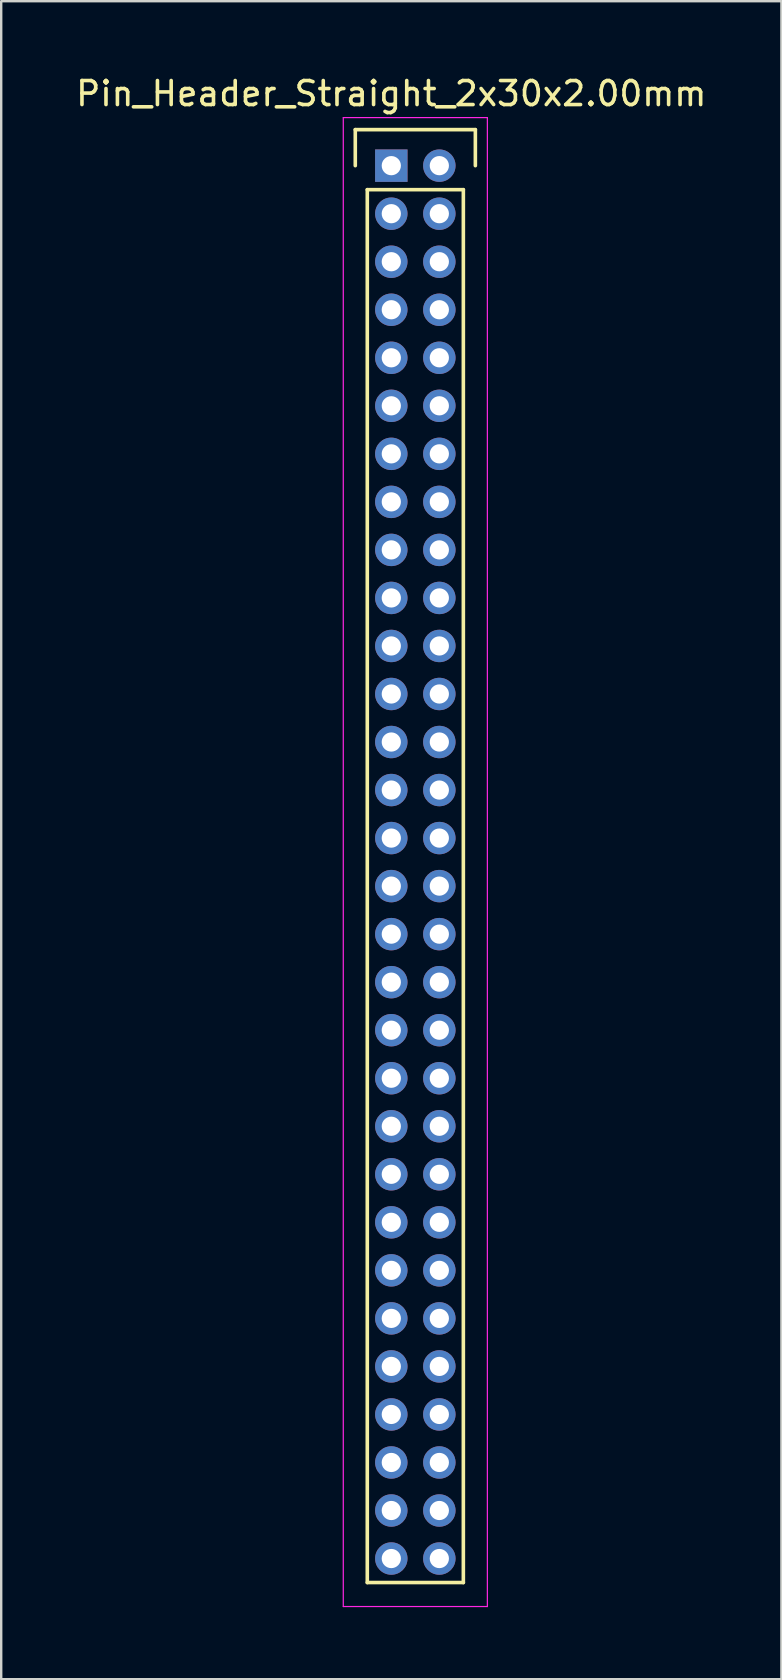
<source format=kicad_pcb>
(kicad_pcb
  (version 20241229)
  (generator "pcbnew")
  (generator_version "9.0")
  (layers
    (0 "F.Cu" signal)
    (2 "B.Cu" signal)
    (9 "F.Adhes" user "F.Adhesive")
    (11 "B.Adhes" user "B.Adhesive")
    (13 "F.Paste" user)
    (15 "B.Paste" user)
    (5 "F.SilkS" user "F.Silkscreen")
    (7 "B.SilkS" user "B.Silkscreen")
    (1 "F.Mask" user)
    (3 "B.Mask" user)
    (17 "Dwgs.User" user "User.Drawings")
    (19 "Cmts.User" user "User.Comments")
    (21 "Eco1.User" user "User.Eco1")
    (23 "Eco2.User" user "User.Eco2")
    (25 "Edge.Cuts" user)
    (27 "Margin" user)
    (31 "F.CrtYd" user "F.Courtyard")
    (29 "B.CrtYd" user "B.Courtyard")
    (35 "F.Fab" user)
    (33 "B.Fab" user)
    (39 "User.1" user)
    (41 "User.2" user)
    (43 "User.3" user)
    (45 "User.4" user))
  (footprint "Pin_Header_Straight_2x30x2.00mm"
    (layer "F.Cu")
    (at 13.244 3.848)
    (property "Reference" "Pin_Header_Straight_2x30x2.00mm" (at 0 -3 0) (layer "F.SilkS") (effects (font (size 1 1) (thickness 0.15))))
    (attr through_hole)
    (fp_line (start -1.5 -1.5) (end 3.5 -1.5) (stroke (width 0.15) (type solid)) (layer "F.SilkS"))
    (fp_line (start -1.5 0) (end -1.5 -1.5) (stroke (width 0.15) (type solid)) (layer "F.SilkS"))
    (fp_line (start -1 1) (end 3 1) (stroke (width 0.15) (type solid)) (layer "F.SilkS"))
    (fp_line (start -1 59) (end -1 1) (stroke (width 0.15) (type solid)) (layer "F.SilkS"))
    (fp_line (start 3 1) (end 3 59) (stroke (width 0.15) (type solid)) (layer "F.SilkS"))
    (fp_line (start 3 59) (end -1 59) (stroke (width 0.15) (type solid)) (layer "F.SilkS"))
    (fp_line (start 3.5 -1.5) (end 3.5 0) (stroke (width 0.15) (type solid)) (layer "F.SilkS"))
    (fp_line (start -2 -2) (end 4 -2) (stroke (width 0.05) (type solid)) (layer "F.CrtYd"))
    (fp_line (start -2 60) (end -2 -2) (stroke (width 0.05) (type solid)) (layer "F.CrtYd"))
    (fp_line (start 4 -2) (end 4 60) (stroke (width 0.05) (type solid)) (layer "F.CrtYd"))
    (fp_line (start 4 60) (end -2 60) (stroke (width 0.05) (type solid)) (layer "F.CrtYd"))
    (pad "1" thru_hole rect (at 0 0) (size 1.35 1.35) (drill 0.8) (layers "*.Cu" "*.Mask"))
    (pad "2" thru_hole circle (at 2 0) (size 1.35 1.35) (drill 0.8) (layers "*.Cu" "*.Mask"))
    (pad "3" thru_hole circle (at 0 2) (size 1.35 1.35) (drill 0.8) (layers "*.Cu" "*.Mask"))
    (pad "4" thru_hole circle (at 2 2) (size 1.35 1.35) (drill 0.8) (layers "*.Cu" "*.Mask"))
    (pad "5" thru_hole circle (at 0 4) (size 1.35 1.35) (drill 0.8) (layers "*.Cu" "*.Mask"))
    (pad "6" thru_hole circle (at 2 4) (size 1.35 1.35) (drill 0.8) (layers "*.Cu" "*.Mask"))
    (pad "7" thru_hole circle (at 0 6) (size 1.35 1.35) (drill 0.8) (layers "*.Cu" "*.Mask"))
    (pad "8" thru_hole circle (at 2 6) (size 1.35 1.35) (drill 0.8) (layers "*.Cu" "*.Mask"))
    (pad "9" thru_hole circle (at 0 8) (size 1.35 1.35) (drill 0.8) (layers "*.Cu" "*.Mask"))
    (pad "10" thru_hole circle (at 2 8) (size 1.35 1.35) (drill 0.8) (layers "*.Cu" "*.Mask"))
    (pad "11" thru_hole circle (at 0 10) (size 1.35 1.35) (drill 0.8) (layers "*.Cu" "*.Mask"))
    (pad "12" thru_hole circle (at 2 10) (size 1.35 1.35) (drill 0.8) (layers "*.Cu" "*.Mask"))
    (pad "13" thru_hole circle (at 0 12) (size 1.35 1.35) (drill 0.8) (layers "*.Cu" "*.Mask"))
    (pad "14" thru_hole circle (at 2 12) (size 1.35 1.35) (drill 0.8) (layers "*.Cu" "*.Mask"))
    (pad "15" thru_hole circle (at 0 14) (size 1.35 1.35) (drill 0.8) (layers "*.Cu" "*.Mask"))
    (pad "16" thru_hole circle (at 2 14) (size 1.35 1.35) (drill 0.8) (layers "*.Cu" "*.Mask"))
    (pad "17" thru_hole circle (at 0 16) (size 1.35 1.35) (drill 0.8) (layers "*.Cu" "*.Mask"))
    (pad "18" thru_hole circle (at 2 16) (size 1.35 1.35) (drill 0.8) (layers "*.Cu" "*.Mask"))
    (pad "19" thru_hole circle (at 0 18) (size 1.35 1.35) (drill 0.8) (layers "*.Cu" "*.Mask"))
    (pad "20" thru_hole circle (at 2 18) (size 1.35 1.35) (drill 0.8) (layers "*.Cu" "*.Mask"))
    (pad "21" thru_hole circle (at 0 20) (size 1.35 1.35) (drill 0.8) (layers "*.Cu" "*.Mask"))
    (pad "22" thru_hole circle (at 2 20) (size 1.35 1.35) (drill 0.8) (layers "*.Cu" "*.Mask"))
    (pad "23" thru_hole circle (at 0 22) (size 1.35 1.35) (drill 0.8) (layers "*.Cu" "*.Mask"))
    (pad "24" thru_hole circle (at 2 22) (size 1.35 1.35) (drill 0.8) (layers "*.Cu" "*.Mask"))
    (pad "25" thru_hole circle (at 0 24) (size 1.35 1.35) (drill 0.8) (layers "*.Cu" "*.Mask"))
    (pad "26" thru_hole circle (at 2 24) (size 1.35 1.35) (drill 0.8) (layers "*.Cu" "*.Mask"))
    (pad "27" thru_hole circle (at 0 26) (size 1.35 1.35) (drill 0.8) (layers "*.Cu" "*.Mask"))
    (pad "28" thru_hole circle (at 2 26) (size 1.35 1.35) (drill 0.8) (layers "*.Cu" "*.Mask"))
    (pad "29" thru_hole circle (at 0 28) (size 1.35 1.35) (drill 0.8) (layers "*.Cu" "*.Mask"))
    (pad "30" thru_hole circle (at 2 28) (size 1.35 1.35) (drill 0.8) (layers "*.Cu" "*.Mask"))
    (pad "31" thru_hole circle (at 0 30) (size 1.35 1.35) (drill 0.8) (layers "*.Cu" "*.Mask"))
    (pad "32" thru_hole circle (at 2 30) (size 1.35 1.35) (drill 0.8) (layers "*.Cu" "*.Mask"))
    (pad "33" thru_hole circle (at 0 32) (size 1.35 1.35) (drill 0.8) (layers "*.Cu" "*.Mask"))
    (pad "34" thru_hole circle (at 2 32) (size 1.35 1.35) (drill 0.8) (layers "*.Cu" "*.Mask"))
    (pad "35" thru_hole circle (at 0 34) (size 1.35 1.35) (drill 0.8) (layers "*.Cu" "*.Mask"))
    (pad "36" thru_hole circle (at 2 34) (size 1.35 1.35) (drill 0.8) (layers "*.Cu" "*.Mask"))
    (pad "37" thru_hole circle (at 0 36) (size 1.35 1.35) (drill 0.8) (layers "*.Cu" "*.Mask"))
    (pad "38" thru_hole circle (at 2 36) (size 1.35 1.35) (drill 0.8) (layers "*.Cu" "*.Mask"))
    (pad "39" thru_hole circle (at 0 38) (size 1.35 1.35) (drill 0.8) (layers "*.Cu" "*.Mask"))
    (pad "40" thru_hole circle (at 2 38) (size 1.35 1.35) (drill 0.8) (layers "*.Cu" "*.Mask"))
    (pad "41" thru_hole circle (at 0 40) (size 1.35 1.35) (drill 0.8) (layers "*.Cu" "*.Mask"))
    (pad "42" thru_hole circle (at 2 40) (size 1.35 1.35) (drill 0.8) (layers "*.Cu" "*.Mask"))
    (pad "43" thru_hole circle (at 0 42) (size 1.35 1.35) (drill 0.8) (layers "*.Cu" "*.Mask"))
    (pad "44" thru_hole circle (at 2 42) (size 1.35 1.35) (drill 0.8) (layers "*.Cu" "*.Mask"))
    (pad "45" thru_hole circle (at 0 44) (size 1.35 1.35) (drill 0.8) (layers "*.Cu" "*.Mask"))
    (pad "46" thru_hole circle (at 2 44) (size 1.35 1.35) (drill 0.8) (layers "*.Cu" "*.Mask"))
    (pad "47" thru_hole circle (at 0 46) (size 1.35 1.35) (drill 0.8) (layers "*.Cu" "*.Mask"))
    (pad "48" thru_hole circle (at 2 46) (size 1.35 1.35) (drill 0.8) (layers "*.Cu" "*.Mask"))
    (pad "49" thru_hole circle (at 0 48) (size 1.35 1.35) (drill 0.8) (layers "*.Cu" "*.Mask"))
    (pad "50" thru_hole circle (at 2 48) (size 1.35 1.35) (drill 0.8) (layers "*.Cu" "*.Mask"))
    (pad "51" thru_hole circle (at 0 50) (size 1.35 1.35) (drill 0.8) (layers "*.Cu" "*.Mask"))
    (pad "52" thru_hole circle (at 2 50) (size 1.35 1.35) (drill 0.8) (layers "*.Cu" "*.Mask"))
    (pad "53" thru_hole circle (at 0 52) (size 1.35 1.35) (drill 0.8) (layers "*.Cu" "*.Mask"))
    (pad "54" thru_hole circle (at 2 52) (size 1.35 1.35) (drill 0.8) (layers "*.Cu" "*.Mask"))
    (pad "55" thru_hole circle (at 0 54) (size 1.35 1.35) (drill 0.8) (layers "*.Cu" "*.Mask"))
    (pad "56" thru_hole circle (at 2 54) (size 1.35 1.35) (drill 0.8) (layers "*.Cu" "*.Mask"))
    (pad "57" thru_hole circle (at 0 56) (size 1.35 1.35) (drill 0.8) (layers "*.Cu" "*.Mask"))
    (pad "58" thru_hole circle (at 2 56) (size 1.35 1.35) (drill 0.8) (layers "*.Cu" "*.Mask"))
    (pad "59" thru_hole circle (at 0 58) (size 1.35 1.35) (drill 0.8) (layers "*.Cu" "*.Mask"))
    (pad "60" thru_hole circle (at 2 58) (size 1.35 1.35) (drill 0.8) (layers "*.Cu" "*.Mask")))
  (gr_rect
    (start -3 -3)
    (end 29.488 66.873)
    (stroke (width 0.1) (type default))
    (fill no)
    (layer "Edge.Cuts")))
</source>
